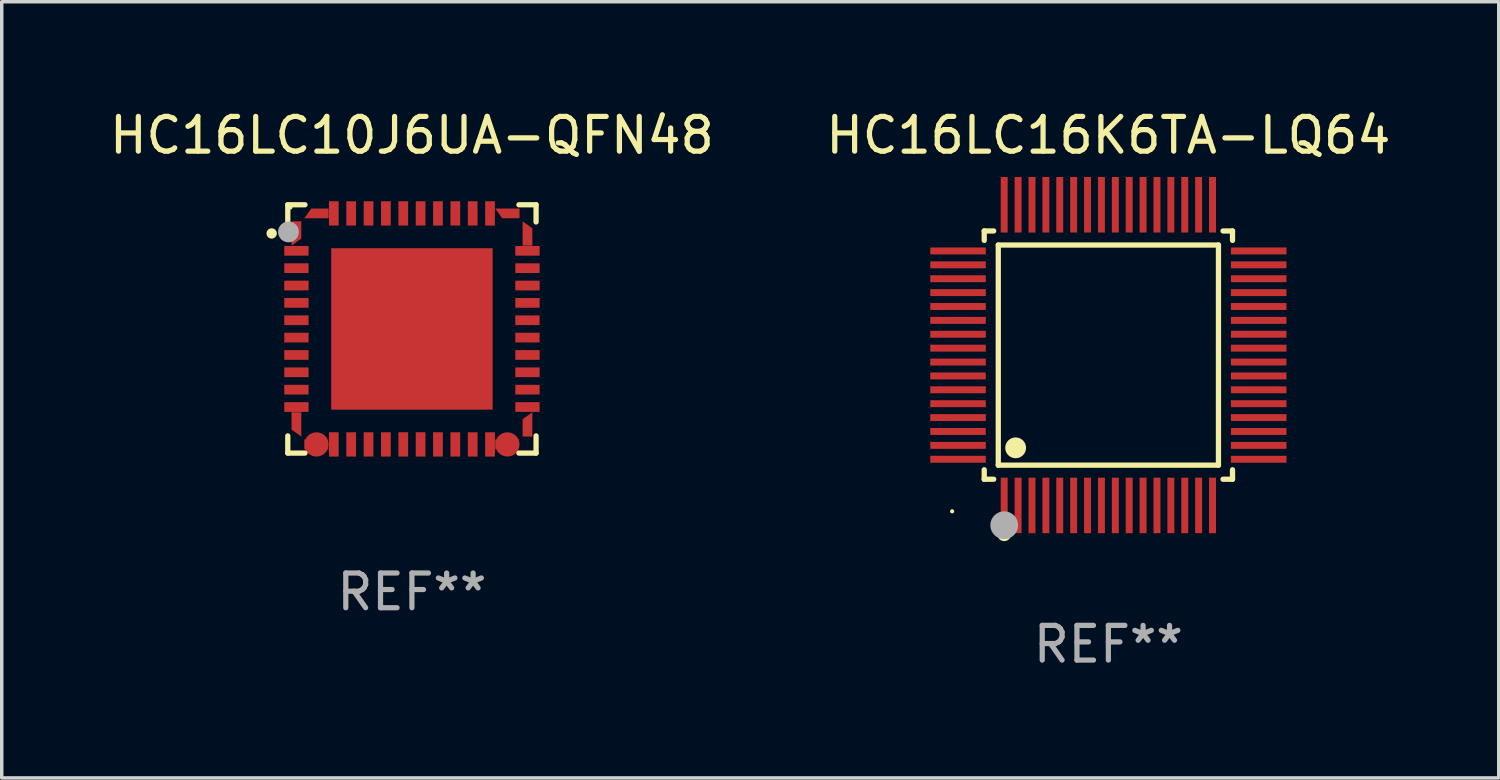
<source format=kicad_pcb>
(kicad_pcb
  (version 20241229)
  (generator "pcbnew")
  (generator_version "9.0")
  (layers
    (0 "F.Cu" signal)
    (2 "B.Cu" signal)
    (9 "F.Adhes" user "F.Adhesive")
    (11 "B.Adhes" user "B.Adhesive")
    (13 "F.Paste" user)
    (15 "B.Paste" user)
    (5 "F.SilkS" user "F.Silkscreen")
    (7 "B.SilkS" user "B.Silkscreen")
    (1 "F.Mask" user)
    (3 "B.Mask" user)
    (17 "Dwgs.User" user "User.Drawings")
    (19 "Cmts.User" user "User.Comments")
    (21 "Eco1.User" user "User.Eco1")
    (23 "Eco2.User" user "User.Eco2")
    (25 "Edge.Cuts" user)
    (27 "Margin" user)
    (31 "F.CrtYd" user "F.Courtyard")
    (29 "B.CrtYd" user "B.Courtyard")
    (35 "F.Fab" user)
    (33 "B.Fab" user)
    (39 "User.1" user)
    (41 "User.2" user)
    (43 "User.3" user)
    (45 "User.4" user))
  (footprint "HC16LC10J6UA-QFN48"
    (layer "F.Cu")
    (at 8.815 6.424)
    (property "Reference" "HC16LC10J6UA-QFN48" (at 0 -5.576 0) (layer "F.SilkS") (effects (font (size 1 1) (thickness 0.15))))
    (attr through_hole)
    (fp_line (start -3.576 -3.576) (end -3.576 -3.081) (stroke (width 0.152) (type solid)) (layer "F.SilkS"))
    (fp_line (start -3.576 3.576) (end -3.576 3.081) (stroke (width 0.152) (type solid)) (layer "F.SilkS"))
    (fp_line (start -3.081 -3.576) (end -3.576 -3.576) (stroke (width 0.152) (type solid)) (layer "F.SilkS"))
    (fp_line (start -3.081 3.576) (end -3.576 3.576) (stroke (width 0.152) (type solid)) (layer "F.SilkS"))
    (fp_line (start 3.081 -3.576) (end 3.576 -3.576) (stroke (width 0.152) (type solid)) (layer "F.SilkS"))
    (fp_line (start 3.081 3.576) (end 3.576 3.576) (stroke (width 0.152) (type solid)) (layer "F.SilkS"))
    (fp_line (start 3.576 -3.576) (end 3.576 -3.081) (stroke (width 0.152) (type solid)) (layer "F.SilkS"))
    (fp_line (start 3.576 3.576) (end 3.576 3.081) (stroke (width 0.152) (type solid)) (layer "F.SilkS"))
    (fp_circle (center -4.04 -2.75) (end -3.965 -2.75) (stroke (width 0.15) (type solid)) (fill no) (layer "F.SilkS"))
    (fp_circle (center -3.5 -3.5) (end -3.47 -3.5) (stroke (width 0.06) (type solid)) (fill no) (layer "F.SilkS"))
    (fp_circle (center -3.556 -2.794) (end -3.406 -2.794) (stroke (width 0.3) (type solid)) (fill no) (layer "F.Fab"))
    (fp_text user "REF**" (at 0 7.576 0) (layer "F.Fab") (effects (font (size 1 1) (thickness 0.15))))
    (pad "1" smd custom (at -3.327 -2.75 270) (size 0.28 0.7) (layers "F.Cu" "F.Mask" "F.Paste") (options (anchor circle)) (primitives (gr_poly (pts (xy 0.15 -0.14) (xy 0.35 0.14) (xy -0.35 0.14) (xy -0.35 -0.14)) (width 0) (fill yes))))
    (pad "2" smd rect (at -3.327 -2.25) (size 0.7 0.28) (layers "F.Cu" "F.Mask" "F.Paste"))
    (pad "3" smd rect (at -3.327 -1.75) (size 0.7 0.28) (layers "F.Cu" "F.Mask" "F.Paste"))
    (pad "4" smd rect (at -3.327 -1.25) (size 0.7 0.28) (layers "F.Cu" "F.Mask" "F.Paste"))
    (pad "5" smd rect (at -3.327 -0.75) (size 0.7 0.28) (layers "F.Cu" "F.Mask" "F.Paste"))
    (pad "6" smd rect (at -3.327 -0.25) (size 0.7 0.28) (layers "F.Cu" "F.Mask" "F.Paste"))
    (pad "7" smd rect (at -3.327 0.25) (size 0.7 0.28) (layers "F.Cu" "F.Mask" "F.Paste"))
    (pad "8" smd rect (at -3.327 0.75) (size 0.7 0.28) (layers "F.Cu" "F.Mask" "F.Paste"))
    (pad "9" smd rect (at -3.327 1.25) (size 0.7 0.28) (layers "F.Cu" "F.Mask" "F.Paste"))
    (pad "10" smd rect (at -3.327 1.75) (size 0.7 0.28) (layers "F.Cu" "F.Mask" "F.Paste"))
    (pad "11" smd rect (at -3.327 2.25 270) (size 0.28 0.7) (layers "F.Cu" "F.Mask" "F.Paste"))
    (pad "12" smd custom (at -3.327 2.75 270) (size 0.28 0.7) (layers "F.Cu" "F.Mask" "F.Paste") (options (anchor circle)) (primitives (gr_poly (pts (xy 0.35 -0.14) (xy 0.15 0.14) (xy -0.35 0.14) (xy -0.35 -0.14)) (width 0) (fill yes))))
    (pad "13" smd custom (at -2.75 3.327 270) (size 0.7 0.28) (layers "F.Cu" "F.Mask" "F.Paste") (options (anchor circle)) (primitives (gr_poly (pts (xy 0.14 -0.35) (xy 0.14 0.35) (xy -0.14 0.35) (xy -0.14 -0.15)) (width 0) (fill yes))))
    (pad "14" smd rect (at -2.25 3.327) (size 0.28 0.7) (layers "F.Cu" "F.Mask" "F.Paste"))
    (pad "15" smd rect (at -1.75 3.327) (size 0.28 0.7) (layers "F.Cu" "F.Mask" "F.Paste"))
    (pad "16" smd rect (at -1.25 3.327) (size 0.28 0.7) (layers "F.Cu" "F.Mask" "F.Paste"))
    (pad "17" smd rect (at -0.75 3.327) (size 0.28 0.7) (layers "F.Cu" "F.Mask" "F.Paste"))
    (pad "18" smd rect (at -0.25 3.327) (size 0.28 0.7) (layers "F.Cu" "F.Mask" "F.Paste"))
    (pad "19" smd rect (at 0.25 3.327) (size 0.28 0.7) (layers "F.Cu" "F.Mask" "F.Paste"))
    (pad "20" smd rect (at 0.75 3.327) (size 0.28 0.7) (layers "F.Cu" "F.Mask" "F.Paste"))
    (pad "21" smd rect (at 1.25 3.327) (size 0.28 0.7) (layers "F.Cu" "F.Mask" "F.Paste"))
    (pad "22" smd rect (at 1.75 3.327) (size 0.28 0.7) (layers "F.Cu" "F.Mask" "F.Paste"))
    (pad "23" smd rect (at 2.25 3.327) (size 0.28 0.7) (layers "F.Cu" "F.Mask" "F.Paste"))
    (pad "24" smd custom (at 2.75 3.327 270) (size 0.7 0.28) (layers "F.Cu" "F.Mask" "F.Paste") (options (anchor circle)) (primitives (gr_poly (pts (xy 0.14 -0.15) (xy 0.14 0.35) (xy -0.14 0.35) (xy -0.14 -0.35)) (width 0) (fill yes))))
    (pad "25" smd custom (at 3.328 2.75 270) (size 0.28 0.7) (layers "F.Cu" "F.Mask" "F.Paste") (options (anchor circle)) (primitives (gr_poly (pts (xy 0.35 -0.14) (xy 0.35 0.14) (xy -0.15 0.14) (xy -0.35 -0.14)) (width 0) (fill yes))))
    (pad "26" smd rect (at 3.328 2.25) (size 0.7 0.28) (layers "F.Cu" "F.Mask" "F.Paste"))
    (pad "27" smd rect (at 3.328 1.75) (size 0.7 0.28) (layers "F.Cu" "F.Mask" "F.Paste"))
    (pad "28" smd rect (at 3.328 1.25) (size 0.7 0.28) (layers "F.Cu" "F.Mask" "F.Paste"))
    (pad "29" smd rect (at 3.328 0.75) (size 0.7 0.28) (layers "F.Cu" "F.Mask" "F.Paste"))
    (pad "30" smd rect (at 3.328 0.25) (size 0.7 0.28) (layers "F.Cu" "F.Mask" "F.Paste"))
    (pad "31" smd rect (at 3.328 -0.25) (size 0.7 0.28) (layers "F.Cu" "F.Mask" "F.Paste"))
    (pad "32" smd rect (at 3.328 -0.75) (size 0.7 0.28) (layers "F.Cu" "F.Mask" "F.Paste"))
    (pad "33" smd rect (at 3.328 -1.25) (size 0.7 0.28) (layers "F.Cu" "F.Mask" "F.Paste"))
    (pad "34" smd rect (at 3.328 -1.75) (size 0.7 0.28) (layers "F.Cu" "F.Mask" "F.Paste"))
    (pad "35" smd rect (at 3.328 -2.25) (size 0.7 0.28) (layers "F.Cu" "F.Mask" "F.Paste"))
    (pad "36" smd custom (at 3.328 -2.75 270) (size 0.28 0.7) (layers "F.Cu" "F.Mask" "F.Paste") (options (anchor circle)) (primitives (gr_poly (pts (xy 0.35 -0.14) (xy 0.35 0.14) (xy -0.35 0.14) (xy -0.15 -0.14)) (width 0) (fill yes))))
    (pad "37" smd custom (at 2.75 -3.327 270) (size 0.28 0.7) (layers "F.Cu" "F.Mask" "F.Paste") (options (anchor circle)) (primitives (gr_poly (pts (xy 0.14 -0.35) (xy 0.14 0.15) (xy -0.14 0.35) (xy -0.14 -0.35)) (width 0) (fill yes))))
    (pad "38" smd rect (at 2.25 -3.327) (size 0.28 0.7) (layers "F.Cu" "F.Mask" "F.Paste"))
    (pad "39" smd rect (at 1.75 -3.327) (size 0.28 0.7) (layers "F.Cu" "F.Mask" "F.Paste"))
    (pad "40" smd rect (at 1.25 -3.327) (size 0.28 0.7) (layers "F.Cu" "F.Mask" "F.Paste"))
    (pad "41" smd rect (at 0.75 -3.327) (size 0.28 0.7) (layers "F.Cu" "F.Mask" "F.Paste"))
    (pad "42" smd rect (at 0.25 -3.327) (size 0.28 0.7) (layers "F.Cu" "F.Mask" "F.Paste"))
    (pad "43" smd rect (at -0.25 -3.327) (size 0.28 0.7) (layers "F.Cu" "F.Mask" "F.Paste"))
    (pad "44" smd rect (at -0.75 -3.327) (size 0.28 0.7) (layers "F.Cu" "F.Mask" "F.Paste"))
    (pad "45" smd rect (at -1.25 -3.327) (size 0.28 0.7) (layers "F.Cu" "F.Mask" "F.Paste"))
    (pad "46" smd rect (at -1.75 -3.327) (size 0.28 0.7) (layers "F.Cu" "F.Mask" "F.Paste"))
    (pad "47" smd rect (at -2.25 -3.327) (size 0.28 0.7) (layers "F.Cu" "F.Mask" "F.Paste"))
    (pad "48" smd custom (at -2.75 -3.327 270) (size 0.28 0.7) (layers "F.Cu" "F.Mask" "F.Paste") (options (anchor circle)) (primitives (gr_poly (pts (xy 0.14 -0.35) (xy 0.14 0.35) (xy -0.14 0.15) (xy -0.14 -0.35)) (width 0) (fill yes))))
    (pad "49" smd rect (at -0.000064 0.000013) (size 4.65 4.65) (layers "F.Cu" "F.Mask" "F.Paste")))
  (footprint "HC16LC16K6TA-LQ64"
    (layer "F.Cu")
    (at 28.875 7.178)
    (property "Reference" "HC16LC16K6TA-LQ64" (at 0 -6.33 0) (layer "F.SilkS") (effects (font (size 1 1) (thickness 0.15))))
    (attr through_hole)
    (fp_line (start -3.576 -3.576) (end -3.303 -3.576) (stroke (width 0.152) (type solid)) (layer "F.SilkS"))
    (fp_line (start -3.576 -3.303) (end -3.576 -3.576) (stroke (width 0.152) (type solid)) (layer "F.SilkS"))
    (fp_line (start -3.576 3.303) (end -3.576 3.576) (stroke (width 0.152) (type solid)) (layer "F.SilkS"))
    (fp_line (start -3.576 3.576) (end -3.303 3.576) (stroke (width 0.152) (type solid)) (layer "F.SilkS"))
    (fp_line (start -3.171 -3.171) (end 3.171 -3.171) (stroke (width 0.152) (type solid)) (layer "F.SilkS"))
    (fp_line (start -3.171 3.171) (end -3.171 -3.171) (stroke (width 0.152) (type solid)) (layer "F.SilkS"))
    (fp_line (start 3.171 -3.171) (end 3.171 3.171) (stroke (width 0.152) (type solid)) (layer "F.SilkS"))
    (fp_line (start 3.171 3.171) (end -3.171 3.171) (stroke (width 0.152) (type solid)) (layer "F.SilkS"))
    (fp_line (start 3.576 -3.576) (end 3.303 -3.576) (stroke (width 0.152) (type solid)) (layer "F.SilkS"))
    (fp_line (start 3.576 -3.303) (end 3.576 -3.576) (stroke (width 0.152) (type solid)) (layer "F.SilkS"))
    (fp_line (start 3.576 3.303) (end 3.576 3.576) (stroke (width 0.152) (type solid)) (layer "F.SilkS"))
    (fp_line (start 3.576 3.576) (end 3.303 3.576) (stroke (width 0.152) (type solid)) (layer "F.SilkS"))
    (fp_circle (center -4.5 4.5) (end -4.47 4.5) (stroke (width 0.06) (type solid)) (fill no) (layer "F.SilkS"))
    (fp_circle (center -3 5.16) (end -2.9 5.16) (stroke (width 0.2) (type solid)) (fill no) (layer "F.SilkS"))
    (fp_circle (center -2.671 2.671) (end -2.521 2.671) (stroke (width 0.3) (type solid)) (fill no) (layer "F.SilkS"))
    (fp_circle (center -3 4.9) (end -2.8 4.9) (stroke (width 0.4) (type solid)) (fill no) (layer "F.Fab"))
    (fp_text user "REF**" (at 0 8.33 0) (layer "F.Fab") (effects (font (size 1 1) (thickness 0.15))))
    (pad "1" smd rect (at -3 4.33) (size 0.2 1.6) (layers "F.Cu" "F.Mask" "F.Paste"))
    (pad "2" smd rect (at -2.6 4.33) (size 0.2 1.6) (layers "F.Cu" "F.Mask" "F.Paste"))
    (pad "3" smd rect (at -2.2 4.33) (size 0.2 1.6) (layers "F.Cu" "F.Mask" "F.Paste"))
    (pad "4" smd rect (at -1.8 4.33) (size 0.2 1.6) (layers "F.Cu" "F.Mask" "F.Paste"))
    (pad "5" smd rect (at -1.4 4.33) (size 0.2 1.6) (layers "F.Cu" "F.Mask" "F.Paste"))
    (pad "6" smd rect (at -1 4.33) (size 0.2 1.6) (layers "F.Cu" "F.Mask" "F.Paste"))
    (pad "7" smd rect (at -0.6 4.33) (size 0.2 1.6) (layers "F.Cu" "F.Mask" "F.Paste"))
    (pad "8" smd rect (at -0.2 4.33) (size 0.2 1.6) (layers "F.Cu" "F.Mask" "F.Paste"))
    (pad "9" smd rect (at 0.2 4.33) (size 0.2 1.6) (layers "F.Cu" "F.Mask" "F.Paste"))
    (pad "10" smd rect (at 0.6 4.33) (size 0.2 1.6) (layers "F.Cu" "F.Mask" "F.Paste"))
    (pad "11" smd rect (at 1 4.33) (size 0.2 1.6) (layers "F.Cu" "F.Mask" "F.Paste"))
    (pad "12" smd rect (at 1.4 4.33) (size 0.2 1.6) (layers "F.Cu" "F.Mask" "F.Paste"))
    (pad "13" smd rect (at 1.8 4.33) (size 0.2 1.6) (layers "F.Cu" "F.Mask" "F.Paste"))
    (pad "14" smd rect (at 2.2 4.33) (size 0.2 1.6) (layers "F.Cu" "F.Mask" "F.Paste"))
    (pad "15" smd rect (at 2.6 4.33) (size 0.2 1.6) (layers "F.Cu" "F.Mask" "F.Paste"))
    (pad "16" smd rect (at 3 4.33) (size 0.2 1.6) (layers "F.Cu" "F.Mask" "F.Paste"))
    (pad "17" smd rect (at 4.33 3) (size 1.6 0.2) (layers "F.Cu" "F.Mask" "F.Paste"))
    (pad "18" smd rect (at 4.33 2.6) (size 1.6 0.2) (layers "F.Cu" "F.Mask" "F.Paste"))
    (pad "19" smd rect (at 4.33 2.2) (size 1.6 0.2) (layers "F.Cu" "F.Mask" "F.Paste"))
    (pad "20" smd rect (at 4.33 1.8) (size 1.6 0.2) (layers "F.Cu" "F.Mask" "F.Paste"))
    (pad "21" smd rect (at 4.33 1.4) (size 1.6 0.2) (layers "F.Cu" "F.Mask" "F.Paste"))
    (pad "22" smd rect (at 4.33 1) (size 1.6 0.2) (layers "F.Cu" "F.Mask" "F.Paste"))
    (pad "23" smd rect (at 4.33 0.6) (size 1.6 0.2) (layers "F.Cu" "F.Mask" "F.Paste"))
    (pad "24" smd rect (at 4.33 0.2) (size 1.6 0.2) (layers "F.Cu" "F.Mask" "F.Paste"))
    (pad "25" smd rect (at 4.33 -0.2) (size 1.6 0.2) (layers "F.Cu" "F.Mask" "F.Paste"))
    (pad "26" smd rect (at 4.33 -0.6) (size 1.6 0.2) (layers "F.Cu" "F.Mask" "F.Paste"))
    (pad "27" smd rect (at 4.33 -1) (size 1.6 0.2) (layers "F.Cu" "F.Mask" "F.Paste"))
    (pad "28" smd rect (at 4.33 -1.4) (size 1.6 0.2) (layers "F.Cu" "F.Mask" "F.Paste"))
    (pad "29" smd rect (at 4.33 -1.8) (size 1.6 0.2) (layers "F.Cu" "F.Mask" "F.Paste"))
    (pad "30" smd rect (at 4.33 -2.2) (size 1.6 0.2) (layers "F.Cu" "F.Mask" "F.Paste"))
    (pad "31" smd rect (at 4.33 -2.6) (size 1.6 0.2) (layers "F.Cu" "F.Mask" "F.Paste"))
    (pad "32" smd rect (at 4.33 -3) (size 1.6 0.2) (layers "F.Cu" "F.Mask" "F.Paste"))
    (pad "33" smd rect (at 3 -4.33) (size 0.2 1.6) (layers "F.Cu" "F.Mask" "F.Paste"))
    (pad "34" smd rect (at 2.6 -4.33) (size 0.2 1.6) (layers "F.Cu" "F.Mask" "F.Paste"))
    (pad "35" smd rect (at 2.2 -4.33) (size 0.2 1.6) (layers "F.Cu" "F.Mask" "F.Paste"))
    (pad "36" smd rect (at 1.8 -4.33) (size 0.2 1.6) (layers "F.Cu" "F.Mask" "F.Paste"))
    (pad "37" smd rect (at 1.4 -4.33) (size 0.2 1.6) (layers "F.Cu" "F.Mask" "F.Paste"))
    (pad "38" smd rect (at 1 -4.33) (size 0.2 1.6) (layers "F.Cu" "F.Mask" "F.Paste"))
    (pad "39" smd rect (at 0.6 -4.33) (size 0.2 1.6) (layers "F.Cu" "F.Mask" "F.Paste"))
    (pad "40" smd rect (at 0.2 -4.33) (size 0.2 1.6) (layers "F.Cu" "F.Mask" "F.Paste"))
    (pad "41" smd rect (at -0.2 -4.33) (size 0.2 1.6) (layers "F.Cu" "F.Mask" "F.Paste"))
    (pad "42" smd rect (at -0.6 -4.33) (size 0.2 1.6) (layers "F.Cu" "F.Mask" "F.Paste"))
    (pad "43" smd rect (at -1 -4.33) (size 0.2 1.6) (layers "F.Cu" "F.Mask" "F.Paste"))
    (pad "44" smd rect (at -1.4 -4.33) (size 0.2 1.6) (layers "F.Cu" "F.Mask" "F.Paste"))
    (pad "45" smd rect (at -1.8 -4.33) (size 0.2 1.6) (layers "F.Cu" "F.Mask" "F.Paste"))
    (pad "46" smd rect (at -2.2 -4.33) (size 0.2 1.6) (layers "F.Cu" "F.Mask" "F.Paste"))
    (pad "47" smd rect (at -2.6 -4.33) (size 0.2 1.6) (layers "F.Cu" "F.Mask" "F.Paste"))
    (pad "48" smd rect (at -3 -4.33) (size 0.2 1.6) (layers "F.Cu" "F.Mask" "F.Paste"))
    (pad "49" smd rect (at -4.33 -3) (size 1.6 0.2) (layers "F.Cu" "F.Mask" "F.Paste"))
    (pad "50" smd rect (at -4.33 -2.6) (size 1.6 0.2) (layers "F.Cu" "F.Mask" "F.Paste"))
    (pad "51" smd rect (at -4.33 -2.2) (size 1.6 0.2) (layers "F.Cu" "F.Mask" "F.Paste"))
    (pad "52" smd rect (at -4.33 -1.8) (size 1.6 0.2) (layers "F.Cu" "F.Mask" "F.Paste"))
    (pad "53" smd rect (at -4.33 -1.4) (size 1.6 0.2) (layers "F.Cu" "F.Mask" "F.Paste"))
    (pad "54" smd rect (at -4.33 -1) (size 1.6 0.2) (layers "F.Cu" "F.Mask" "F.Paste"))
    (pad "55" smd rect (at -4.33 -0.6) (size 1.6 0.2) (layers "F.Cu" "F.Mask" "F.Paste"))
    (pad "56" smd rect (at -4.33 -0.2) (size 1.6 0.2) (layers "F.Cu" "F.Mask" "F.Paste"))
    (pad "57" smd rect (at -4.33 0.2) (size 1.6 0.2) (layers "F.Cu" "F.Mask" "F.Paste"))
    (pad "58" smd rect (at -4.33 0.6) (size 1.6 0.2) (layers "F.Cu" "F.Mask" "F.Paste"))
    (pad "59" smd rect (at -4.33 1) (size 1.6 0.2) (layers "F.Cu" "F.Mask" "F.Paste"))
    (pad "60" smd rect (at -4.33 1.4) (size 1.6 0.2) (layers "F.Cu" "F.Mask" "F.Paste"))
    (pad "61" smd rect (at -4.33 1.8) (size 1.6 0.2) (layers "F.Cu" "F.Mask" "F.Paste"))
    (pad "62" smd rect (at -4.33 2.2) (size 1.6 0.2) (layers "F.Cu" "F.Mask" "F.Paste"))
    (pad "63" smd rect (at -4.33 2.6) (size 1.6 0.2) (layers "F.Cu" "F.Mask" "F.Paste"))
    (pad "64" smd rect (at -4.33 3) (size 1.6 0.2) (layers "F.Cu" "F.Mask" "F.Paste")))
  (gr_rect
    (start -3 -3)
    (end 40.119 19.357)
    (stroke (width 0.1) (type default))
    (fill no)
    (layer "Edge.Cuts")))
</source>
